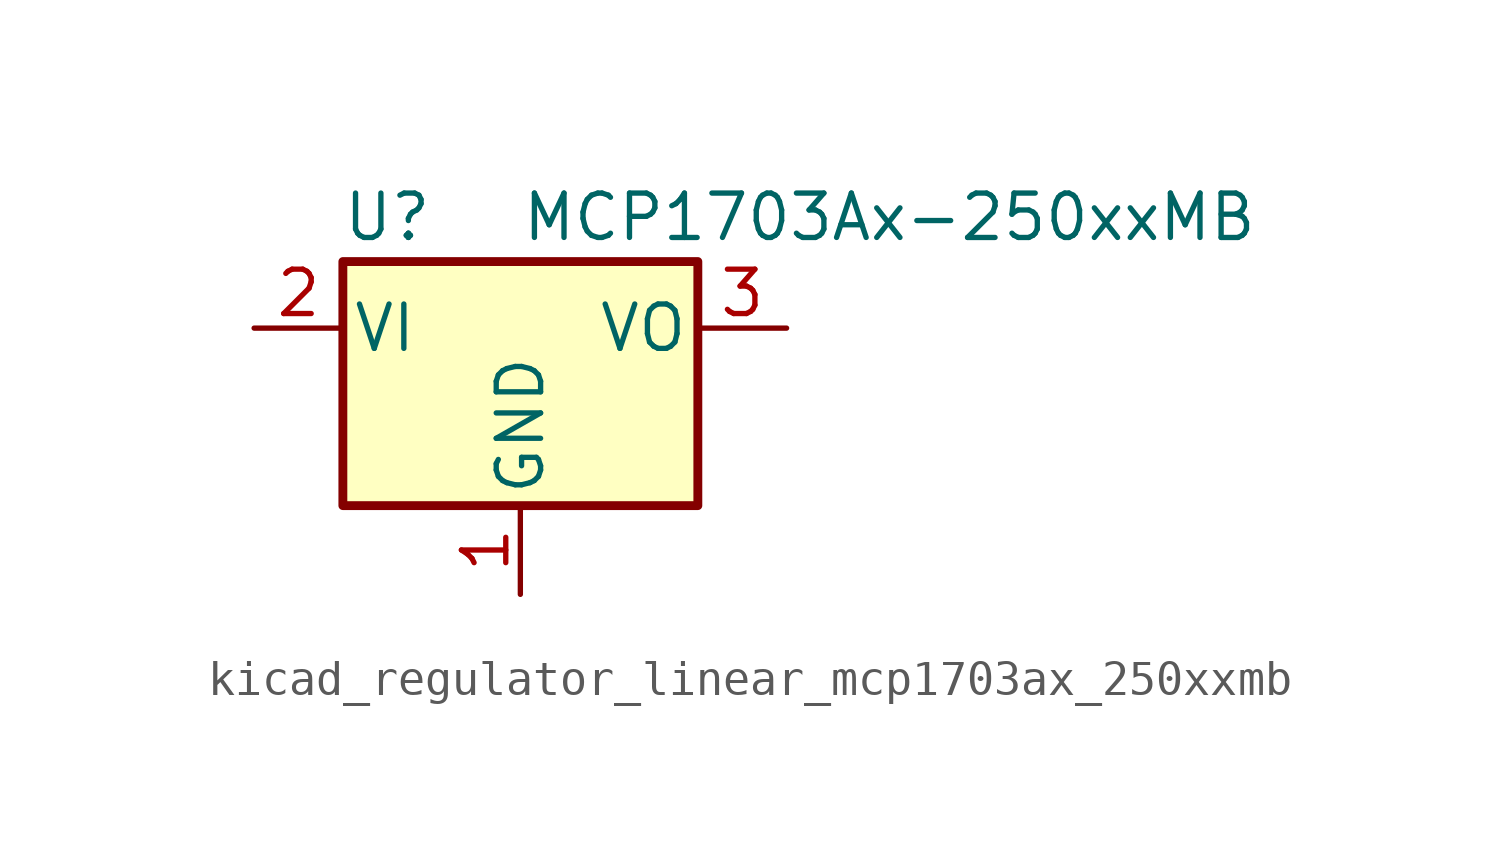
<source format=kicad_sym>
(kicad_symbol_lib
  (version 20220914)
  (generator kicad_symbol_editor)
  (symbol "kicad_regulator_linear_mcp1703ax_250xxmb"
    (pin_names
      (offset 0.254))
    (property "Reference" "U"
      (at -3.81 3.175 0)
      (effects (font (size 1.27 1.27))))
    (property "Value" "MCP1703Ax-250xxMB"
      (at 0 3.175 0)
      (effects (font (size 1.27 1.27)) (justify left)))
    (symbol "kicad_regulator_linear_mcp1703ax_250xxmb_0_1"
      (rectangle (start -5.08 -5.08) (end 5.08 1.905) (stroke (width 0.254) (type default)) (fill (type background))))
    (symbol "kicad_regulator_linear_mcp1703ax_250xxmb_1_1"
      (pin power_in line (at 0 -7.62 90) (length 2.54) (name "GND" (effects (font (size 1.27 1.27)))) (number "1" (effects (font (size 1.27 1.27)))))
      (pin power_in line (at -7.62 0 0) (length 2.54) (name "VI" (effects (font (size 1.27 1.27)))) (number "2" (effects (font (size 1.27 1.27)))))
      (pin power_out line (at 7.62 0 180) (length 2.54) (name "VO" (effects (font (size 1.27 1.27)))) (number "3" (effects (font (size 1.27 1.27))))))))
</source>
